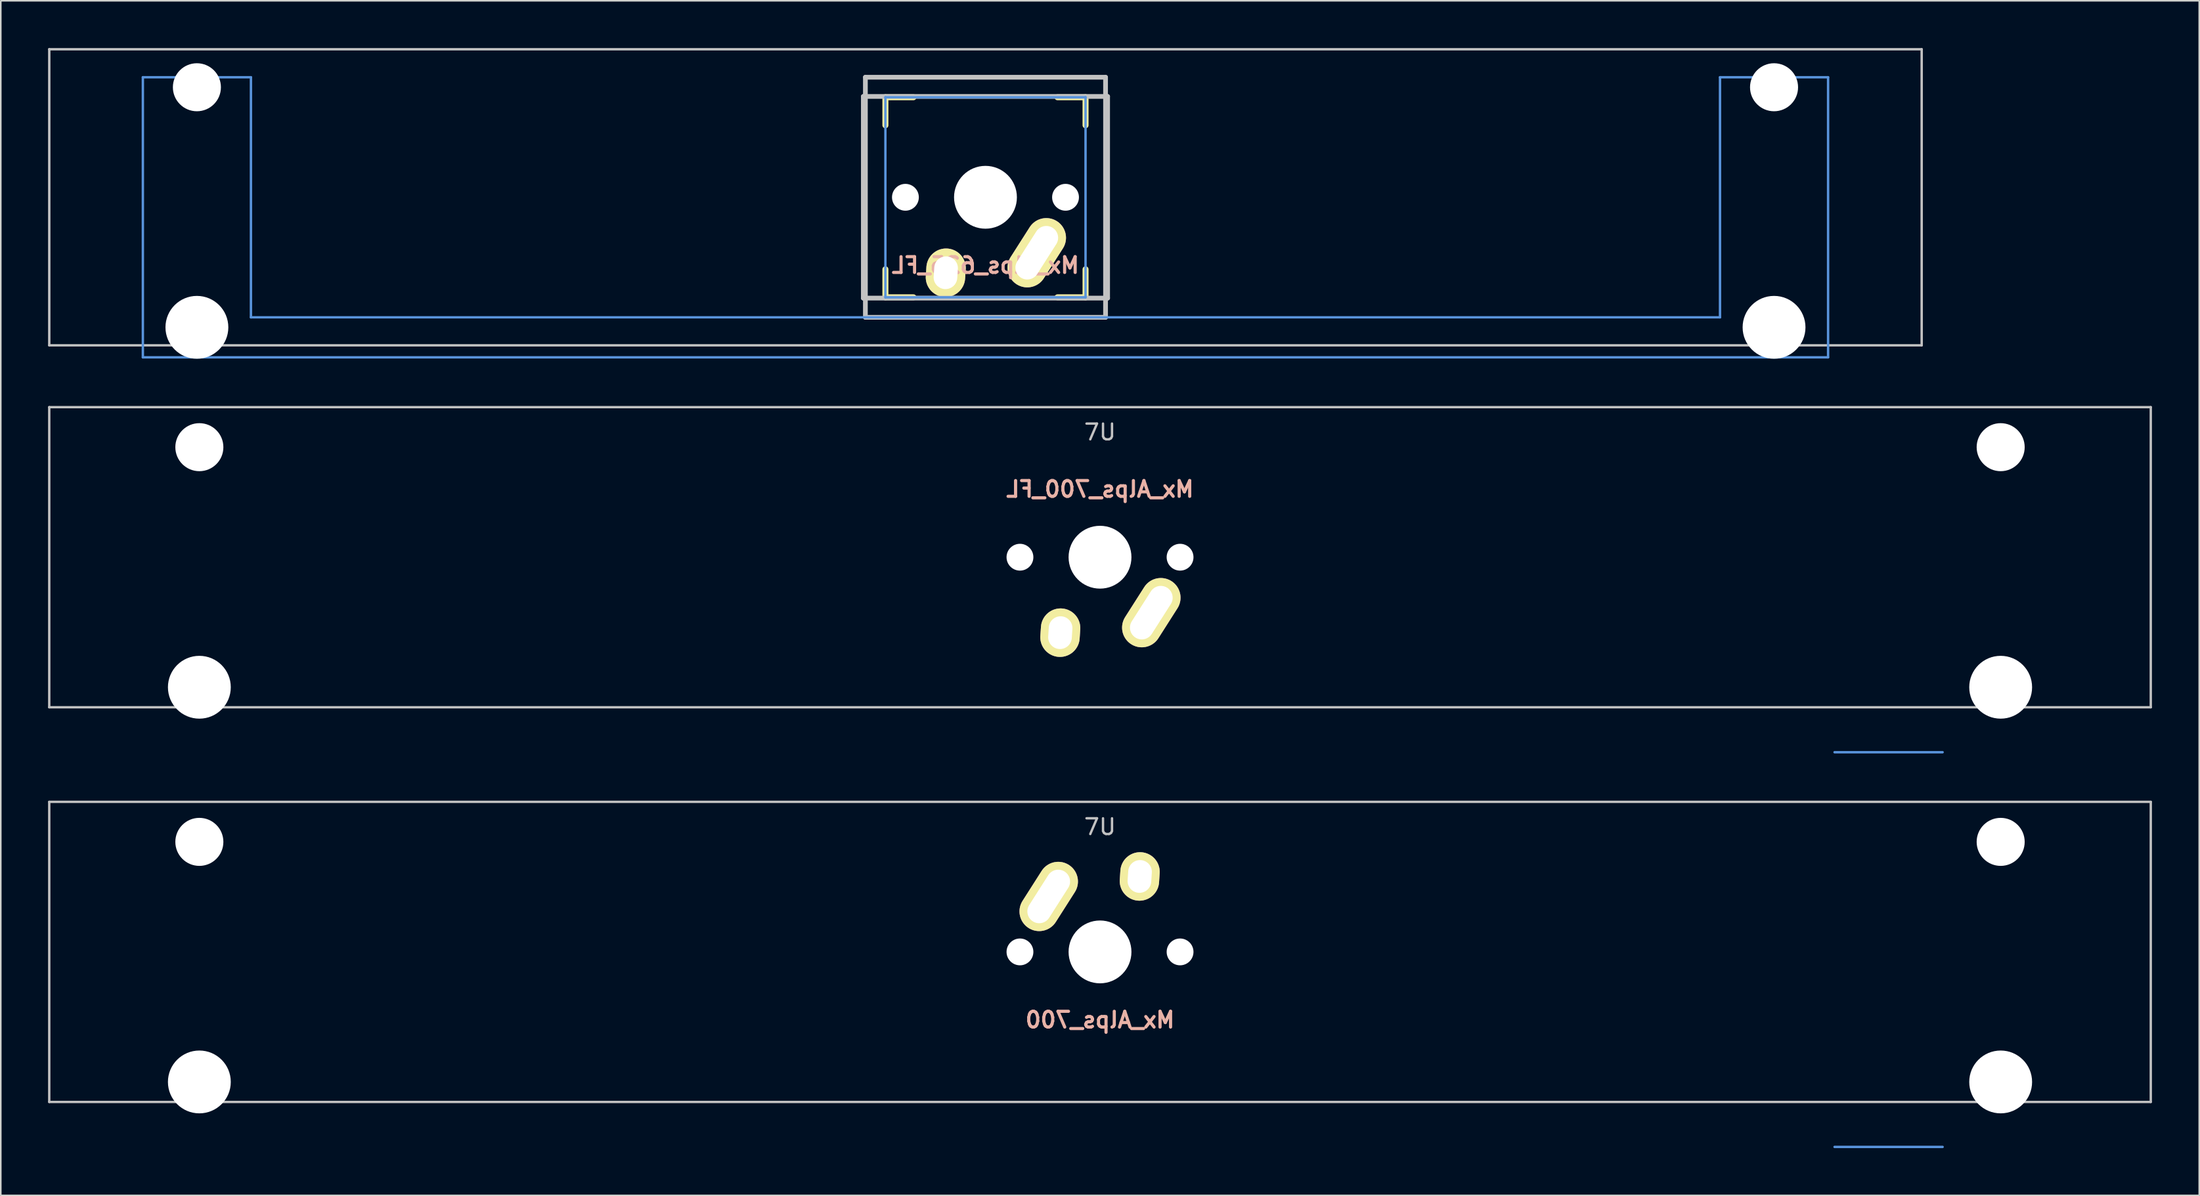
<source format=kicad_pcb>
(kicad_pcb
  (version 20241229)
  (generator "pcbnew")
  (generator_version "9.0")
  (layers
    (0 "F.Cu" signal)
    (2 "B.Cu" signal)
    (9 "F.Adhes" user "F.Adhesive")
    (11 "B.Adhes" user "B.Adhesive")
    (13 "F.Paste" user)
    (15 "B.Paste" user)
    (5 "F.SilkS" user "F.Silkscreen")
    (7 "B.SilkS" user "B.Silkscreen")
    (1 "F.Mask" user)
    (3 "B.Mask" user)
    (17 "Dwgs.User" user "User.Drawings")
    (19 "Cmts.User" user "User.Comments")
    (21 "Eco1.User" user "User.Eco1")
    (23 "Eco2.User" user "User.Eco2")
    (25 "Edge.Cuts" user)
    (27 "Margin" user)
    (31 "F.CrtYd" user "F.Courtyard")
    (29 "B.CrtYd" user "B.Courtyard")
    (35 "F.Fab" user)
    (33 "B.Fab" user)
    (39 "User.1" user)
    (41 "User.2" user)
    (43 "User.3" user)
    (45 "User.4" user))
  (footprint "Mx_Alps_700_FL"
    (layer "F.Cu")
    (at 66.75 32.323)
    (property "Reference" "Mx_Alps_700_FL" (at 0 -4.318 0) (layer "B.SilkS") (effects (font (size 1 1) (thickness 0.2)) (justify mirror)))
    (attr through_hole)
    (fp_line (start -66.675 -9.525) (end 66.675 -9.525) (stroke (width 0.15) (type solid)) (layer "Dwgs.User"))
    (fp_line (start -66.675 9.525) (end -66.675 -9.525) (stroke (width 0.15) (type solid)) (layer "Dwgs.User"))
    (fp_line (start -66.675 9.525) (end 66.675 9.525) (stroke (width 0.15) (type solid)) (layer "Dwgs.User"))
    (fp_line (start 66.675 -9.525) (end 66.675 9.525) (stroke (width 0.15) (type solid)) (layer "Dwgs.User"))
    (fp_line (start 53.467 12.38) (end 46.609 12.38) (stroke (width 0.152) (type solid)) (layer "Cmts.User"))
    (fp_text user "7U" (at 0 -7.938 180) (layer "Dwgs.User") (effects (font (size 1 1) (thickness 0.15))))
    (pad "" np_thru_hole circle (at -57.15 -6.985) (size 3.048 3.048) (drill 3.048) (layers "*.Cu" "*.Mask"))
    (pad "" np_thru_hole circle (at -57.15 8.255) (size 3.988 3.988) (drill 3.988) (layers "*.Cu" "*.Mask"))
    (pad "" np_thru_hole circle (at -5.08 0 180) (size 1.702 1.702) (drill 1.702) (layers "*.Cu" "*.Mask"))
    (pad "" np_thru_hole circle (at 0 0 180) (size 3.988 3.988) (drill 3.988) (layers "*.Cu" "*.Mask"))
    (pad "" np_thru_hole circle (at 5.08 0 180) (size 1.702 1.702) (drill 1.702) (layers "*.Cu" "*.Mask"))
    (pad "" np_thru_hole circle (at 57.15 -6.985) (size 3.048 3.048) (drill 3.048) (layers "*.Cu" "*.Mask"))
    (pad "" np_thru_hole circle (at 57.15 8.255) (size 3.988 3.988) (drill 3.988) (layers "*.Cu" "*.Mask"))
    (pad "1" thru_hole oval (at 3.255 3.52 147.5) (size 2.5 4.75) (drill oval 1.5 3.75) (layers "*.Cu" "*.Mask" "F.SilkS"))
    (pad "2" thru_hole oval (at -2.52 4.79 176.1) (size 2.5 3.08) (drill oval 1.5 2.08) (layers "*.Cu" "*.Mask" "F.SilkS")))
  (footprint "Mx_Alps_700"
    (layer "F.Cu")
    (at 66.75 57.379)
    (property "Reference" "Mx_Alps_700" (at 0 4.318 0) (layer "B.SilkS") (effects (font (size 1 1) (thickness 0.2)) (justify mirror)))
    (attr through_hole)
    (fp_line (start -66.675 -9.525) (end 66.675 -9.525) (stroke (width 0.15) (type solid)) (layer "Dwgs.User"))
    (fp_line (start -66.675 9.525) (end -66.675 -9.525) (stroke (width 0.15) (type solid)) (layer "Dwgs.User"))
    (fp_line (start -66.675 9.525) (end 66.675 9.525) (stroke (width 0.15) (type solid)) (layer "Dwgs.User"))
    (fp_line (start 66.675 -9.525) (end 66.675 9.525) (stroke (width 0.15) (type solid)) (layer "Dwgs.User"))
    (fp_line (start 53.467 12.38) (end 46.609 12.38) (stroke (width 0.152) (type solid)) (layer "Cmts.User"))
    (fp_text user "7U" (at 0 -7.938 0) (layer "Dwgs.User") (effects (font (size 1 1) (thickness 0.15))))
    (pad "" np_thru_hole circle (at -57.15 -6.985) (size 3.048 3.048) (drill 3.048) (layers "*.Cu" "*.Mask"))
    (pad "" np_thru_hole circle (at -57.15 8.255) (size 3.988 3.988) (drill 3.988) (layers "*.Cu" "*.Mask"))
    (pad "" np_thru_hole circle (at -5.08 0) (size 1.702 1.702) (drill 1.702) (layers "*.Cu" "*.Mask"))
    (pad "" np_thru_hole circle (at 0 0) (size 3.988 3.988) (drill 3.988) (layers "*.Cu" "*.Mask"))
    (pad "" np_thru_hole circle (at 5.08 0) (size 1.702 1.702) (drill 1.702) (layers "*.Cu" "*.Mask"))
    (pad "" np_thru_hole circle (at 57.15 -6.985) (size 3.048 3.048) (drill 3.048) (layers "*.Cu" "*.Mask"))
    (pad "" np_thru_hole circle (at 57.15 8.255) (size 3.988 3.988) (drill 3.988) (layers "*.Cu" "*.Mask"))
    (pad "1" thru_hole oval (at -3.255 -3.52 327.5) (size 2.5 4.75) (drill oval 1.5 3.75) (layers "*.Cu" "*.Mask" "F.SilkS"))
    (pad "2" thru_hole oval (at 2.52 -4.79 356.1) (size 2.5 3.08) (drill oval 1.5 2.08) (layers "*.Cu" "*.Mask" "F.SilkS")))
  (footprint "Mx_Alps_625_FL"
    (layer "F.Cu")
    (at 59.482 9.474)
    (property "Reference" "Mx_Alps_625_FL" (at 0 4.318 0) (layer "B.SilkS") (effects (font (size 1 1) (thickness 0.2)) (justify mirror)))
    (attr through_hole)
    (fp_line (start -6.35 -6.35) (end -4.572 -6.35) (stroke (width 0.381) (type solid)) (layer "F.SilkS"))
    (fp_line (start -6.35 -4.572) (end -6.35 -6.35) (stroke (width 0.381) (type solid)) (layer "F.SilkS"))
    (fp_line (start -6.35 6.35) (end -6.35 4.572) (stroke (width 0.381) (type solid)) (layer "F.SilkS"))
    (fp_line (start -4.572 6.35) (end -6.35 6.35) (stroke (width 0.381) (type solid)) (layer "F.SilkS"))
    (fp_line (start 4.572 -6.35) (end 6.35 -6.35) (stroke (width 0.381) (type solid)) (layer "F.SilkS"))
    (fp_line (start 6.35 -6.35) (end 6.35 -4.572) (stroke (width 0.381) (type solid)) (layer "F.SilkS"))
    (fp_line (start 6.35 4.572) (end 6.35 6.35) (stroke (width 0.381) (type solid)) (layer "F.SilkS"))
    (fp_line (start 6.35 6.35) (end 4.572 6.35) (stroke (width 0.381) (type solid)) (layer "F.SilkS"))
    (fp_line (start -59.406 -9.398) (end 59.406 -9.398) (stroke (width 0.152) (type solid)) (layer "Dwgs.User"))
    (fp_line (start -59.406 9.398) (end -59.406 -9.398) (stroke (width 0.152) (type solid)) (layer "Dwgs.User"))
    (fp_line (start -7.75 6.4) (end -7.75 -6.4) (stroke (width 0.3) (type solid)) (layer "Dwgs.User"))
    (fp_line (start -7.75 6.4) (end 7.75 6.4) (stroke (width 0.3) (type solid)) (layer "Dwgs.User"))
    (fp_line (start -7.62 -7.62) (end 7.62 -7.62) (stroke (width 0.3) (type solid)) (layer "Dwgs.User"))
    (fp_line (start -7.62 7.62) (end -7.62 -7.62) (stroke (width 0.3) (type solid)) (layer "Dwgs.User"))
    (fp_line (start 7.62 -7.62) (end 7.62 7.62) (stroke (width 0.3) (type solid)) (layer "Dwgs.User"))
    (fp_line (start 7.62 7.62) (end -7.62 7.62) (stroke (width 0.3) (type solid)) (layer "Dwgs.User"))
    (fp_line (start 7.75 -6.4) (end -7.75 -6.4) (stroke (width 0.3) (type solid)) (layer "Dwgs.User"))
    (fp_line (start 7.75 6.4) (end 7.75 -6.4) (stroke (width 0.3) (type solid)) (layer "Dwgs.User"))
    (fp_line (start 59.406 -9.398) (end 59.406 9.398) (stroke (width 0.152) (type solid)) (layer "Dwgs.User"))
    (fp_line (start 59.406 9.398) (end -59.406 9.398) (stroke (width 0.152) (type solid)) (layer "Dwgs.User"))
    (fp_line (start -53.467 -7.62) (end -53.467 10.16) (stroke (width 0.152) (type solid)) (layer "Cmts.User"))
    (fp_line (start -53.467 10.16) (end 53.467 10.16) (stroke (width 0.152) (type solid)) (layer "Cmts.User"))
    (fp_line (start -46.609 -7.62) (end -53.467 -7.62) (stroke (width 0.152) (type solid)) (layer "Cmts.User"))
    (fp_line (start -46.609 7.62) (end -46.609 -7.62) (stroke (width 0.152) (type solid)) (layer "Cmts.User"))
    (fp_line (start -6.35 -6.35) (end 6.35 -6.35) (stroke (width 0.152) (type solid)) (layer "Cmts.User"))
    (fp_line (start -6.35 6.35) (end -6.35 -6.35) (stroke (width 0.152) (type solid)) (layer "Cmts.User"))
    (fp_line (start 6.35 -6.35) (end 6.35 6.35) (stroke (width 0.152) (type solid)) (layer "Cmts.User"))
    (fp_line (start 6.35 6.35) (end -6.35 6.35) (stroke (width 0.152) (type solid)) (layer "Cmts.User"))
    (fp_line (start 46.609 -7.62) (end 46.609 7.62) (stroke (width 0.152) (type solid)) (layer "Cmts.User"))
    (fp_line (start 46.609 7.62) (end -46.609 7.62) (stroke (width 0.152) (type solid)) (layer "Cmts.User"))
    (fp_line (start 53.467 -7.62) (end 46.609 -7.62) (stroke (width 0.152) (type solid)) (layer "Cmts.User"))
    (fp_line (start 53.467 10.16) (end 53.467 -7.62) (stroke (width 0.152) (type solid)) (layer "Cmts.User"))
    (fp_line (start -54.229 -2.286) (end -53.365 -2.286) (stroke (width 0.152) (type solid)) (layer "Eco2.User"))
    (fp_line (start -54.229 0.508) (end -54.229 -2.286) (stroke (width 0.152) (type solid)) (layer "Eco2.User"))
    (fp_line (start -53.365 -5.69) (end -46.711 -5.69) (stroke (width 0.152) (type solid)) (layer "Eco2.User"))
    (fp_line (start -53.365 -2.286) (end -53.365 -5.69) (stroke (width 0.152) (type solid)) (layer "Eco2.User"))
    (fp_line (start -53.365 0.508) (end -54.229 0.508) (stroke (width 0.152) (type solid)) (layer "Eco2.User"))
    (fp_line (start -53.365 6.604) (end -53.365 0.508) (stroke (width 0.152) (type solid)) (layer "Eco2.User"))
    (fp_line (start -52.324 6.604) (end -53.365 6.604) (stroke (width 0.152) (type solid)) (layer "Eco2.User"))
    (fp_line (start -52.324 7.772) (end -52.324 6.604) (stroke (width 0.152) (type solid)) (layer "Eco2.User"))
    (fp_line (start -47.752 6.604) (end -47.752 7.772) (stroke (width 0.152) (type solid)) (layer "Eco2.User"))
    (fp_line (start -47.752 7.772) (end -52.324 7.772) (stroke (width 0.152) (type solid)) (layer "Eco2.User"))
    (fp_line (start -46.711 -5.69) (end -46.711 -2.286) (stroke (width 0.152) (type solid)) (layer "Eco2.User"))
    (fp_line (start -46.711 -2.286) (end -6.985 -2.286) (stroke (width 0.152) (type solid)) (layer "Eco2.User"))
    (fp_line (start -46.711 2.286) (end -46.711 6.604) (stroke (width 0.152) (type solid)) (layer "Eco2.User"))
    (fp_line (start -46.711 6.604) (end -47.752 6.604) (stroke (width 0.152) (type solid)) (layer "Eco2.User"))
    (fp_line (start -6.985 -6.985) (end 6.985 -6.985) (stroke (width 0.152) (type solid)) (layer "Eco2.User"))
    (fp_line (start -6.985 -2.286) (end -6.985 -6.985) (stroke (width 0.152) (type solid)) (layer "Eco2.User"))
    (fp_line (start -6.985 2.286) (end -46.711 2.286) (stroke (width 0.152) (type solid)) (layer "Eco2.User"))
    (fp_line (start -6.985 6.985) (end -6.985 2.286) (stroke (width 0.152) (type solid)) (layer "Eco2.User"))
    (fp_line (start 6.985 -6.985) (end 6.985 -2.286) (stroke (width 0.152) (type solid)) (layer "Eco2.User"))
    (fp_line (start 6.985 -2.286) (end 46.711 -2.286) (stroke (width 0.152) (type solid)) (layer "Eco2.User"))
    (fp_line (start 6.985 2.286) (end 6.985 6.985) (stroke (width 0.152) (type solid)) (layer "Eco2.User"))
    (fp_line (start 6.985 6.985) (end -6.985 6.985) (stroke (width 0.152) (type solid)) (layer "Eco2.User"))
    (fp_line (start 46.711 -5.69) (end 53.365 -5.69) (stroke (width 0.152) (type solid)) (layer "Eco2.User"))
    (fp_line (start 46.711 -2.286) (end 46.711 -5.69) (stroke (width 0.152) (type solid)) (layer "Eco2.User"))
    (fp_line (start 46.711 2.286) (end 6.985 2.286) (stroke (width 0.152) (type solid)) (layer "Eco2.User"))
    (fp_line (start 46.711 6.604) (end 46.711 2.286) (stroke (width 0.152) (type solid)) (layer "Eco2.User"))
    (fp_line (start 47.752 6.604) (end 46.711 6.604) (stroke (width 0.152) (type solid)) (layer "Eco2.User"))
    (fp_line (start 47.752 7.772) (end 47.752 6.604) (stroke (width 0.152) (type solid)) (layer "Eco2.User"))
    (fp_line (start 52.324 6.604) (end 52.324 7.772) (stroke (width 0.152) (type solid)) (layer "Eco2.User"))
    (fp_line (start 52.324 7.772) (end 47.752 7.772) (stroke (width 0.152) (type solid)) (layer "Eco2.User"))
    (fp_line (start 53.365 -5.69) (end 53.365 -2.286) (stroke (width 0.152) (type solid)) (layer "Eco2.User"))
    (fp_line (start 53.365 -2.286) (end 54.229 -2.286) (stroke (width 0.152) (type solid)) (layer "Eco2.User"))
    (fp_line (start 53.365 0.508) (end 53.365 6.604) (stroke (width 0.152) (type solid)) (layer "Eco2.User"))
    (fp_line (start 53.365 6.604) (end 52.324 6.604) (stroke (width 0.152) (type solid)) (layer "Eco2.User"))
    (fp_line (start 54.229 -2.286) (end 54.229 0.508) (stroke (width 0.152) (type solid)) (layer "Eco2.User"))
    (fp_line (start 54.229 0.508) (end 53.365 0.508) (stroke (width 0.152) (type solid)) (layer "Eco2.User"))
    (pad "" np_thru_hole circle (at -50.038 -6.985) (size 3.048 3.048) (drill 3.048) (layers "*.Cu" "*.Mask"))
    (pad "" np_thru_hole circle (at -50.038 8.255) (size 3.988 3.988) (drill 3.988) (layers "*.Cu" "*.Mask"))
    (pad "" np_thru_hole circle (at -5.08 0 180) (size 1.702 1.702) (drill 1.702) (layers "*.Cu" "*.Mask"))
    (pad "" np_thru_hole circle (at 0 0 180) (size 3.988 3.988) (drill 3.988) (layers "*.Cu" "*.Mask"))
    (pad "" np_thru_hole circle (at 5.08 0 180) (size 1.702 1.702) (drill 1.702) (layers "*.Cu" "*.Mask"))
    (pad "" np_thru_hole circle (at 50.038 -6.985) (size 3.048 3.048) (drill 3.048) (layers "*.Cu" "*.Mask"))
    (pad "" np_thru_hole circle (at 50.038 8.255) (size 3.988 3.988) (drill 3.988) (layers "*.Cu" "*.Mask"))
    (pad "1" thru_hole oval (at 3.255 3.52 147.5) (size 2.5 4.75) (drill oval 1.5 3.75) (layers "*.Cu" "*.Mask" "F.SilkS"))
    (pad "2" thru_hole oval (at -2.52 4.79 176.1) (size 2.5 3.08) (drill oval 1.5 2.08) (layers "*.Cu" "*.Mask" "F.SilkS")))
  (gr_rect
    (start -3 -3)
    (end 136.5 72.835)
    (stroke (width 0.1) (type default))
    (fill no)
    (layer "Edge.Cuts")))
</source>
